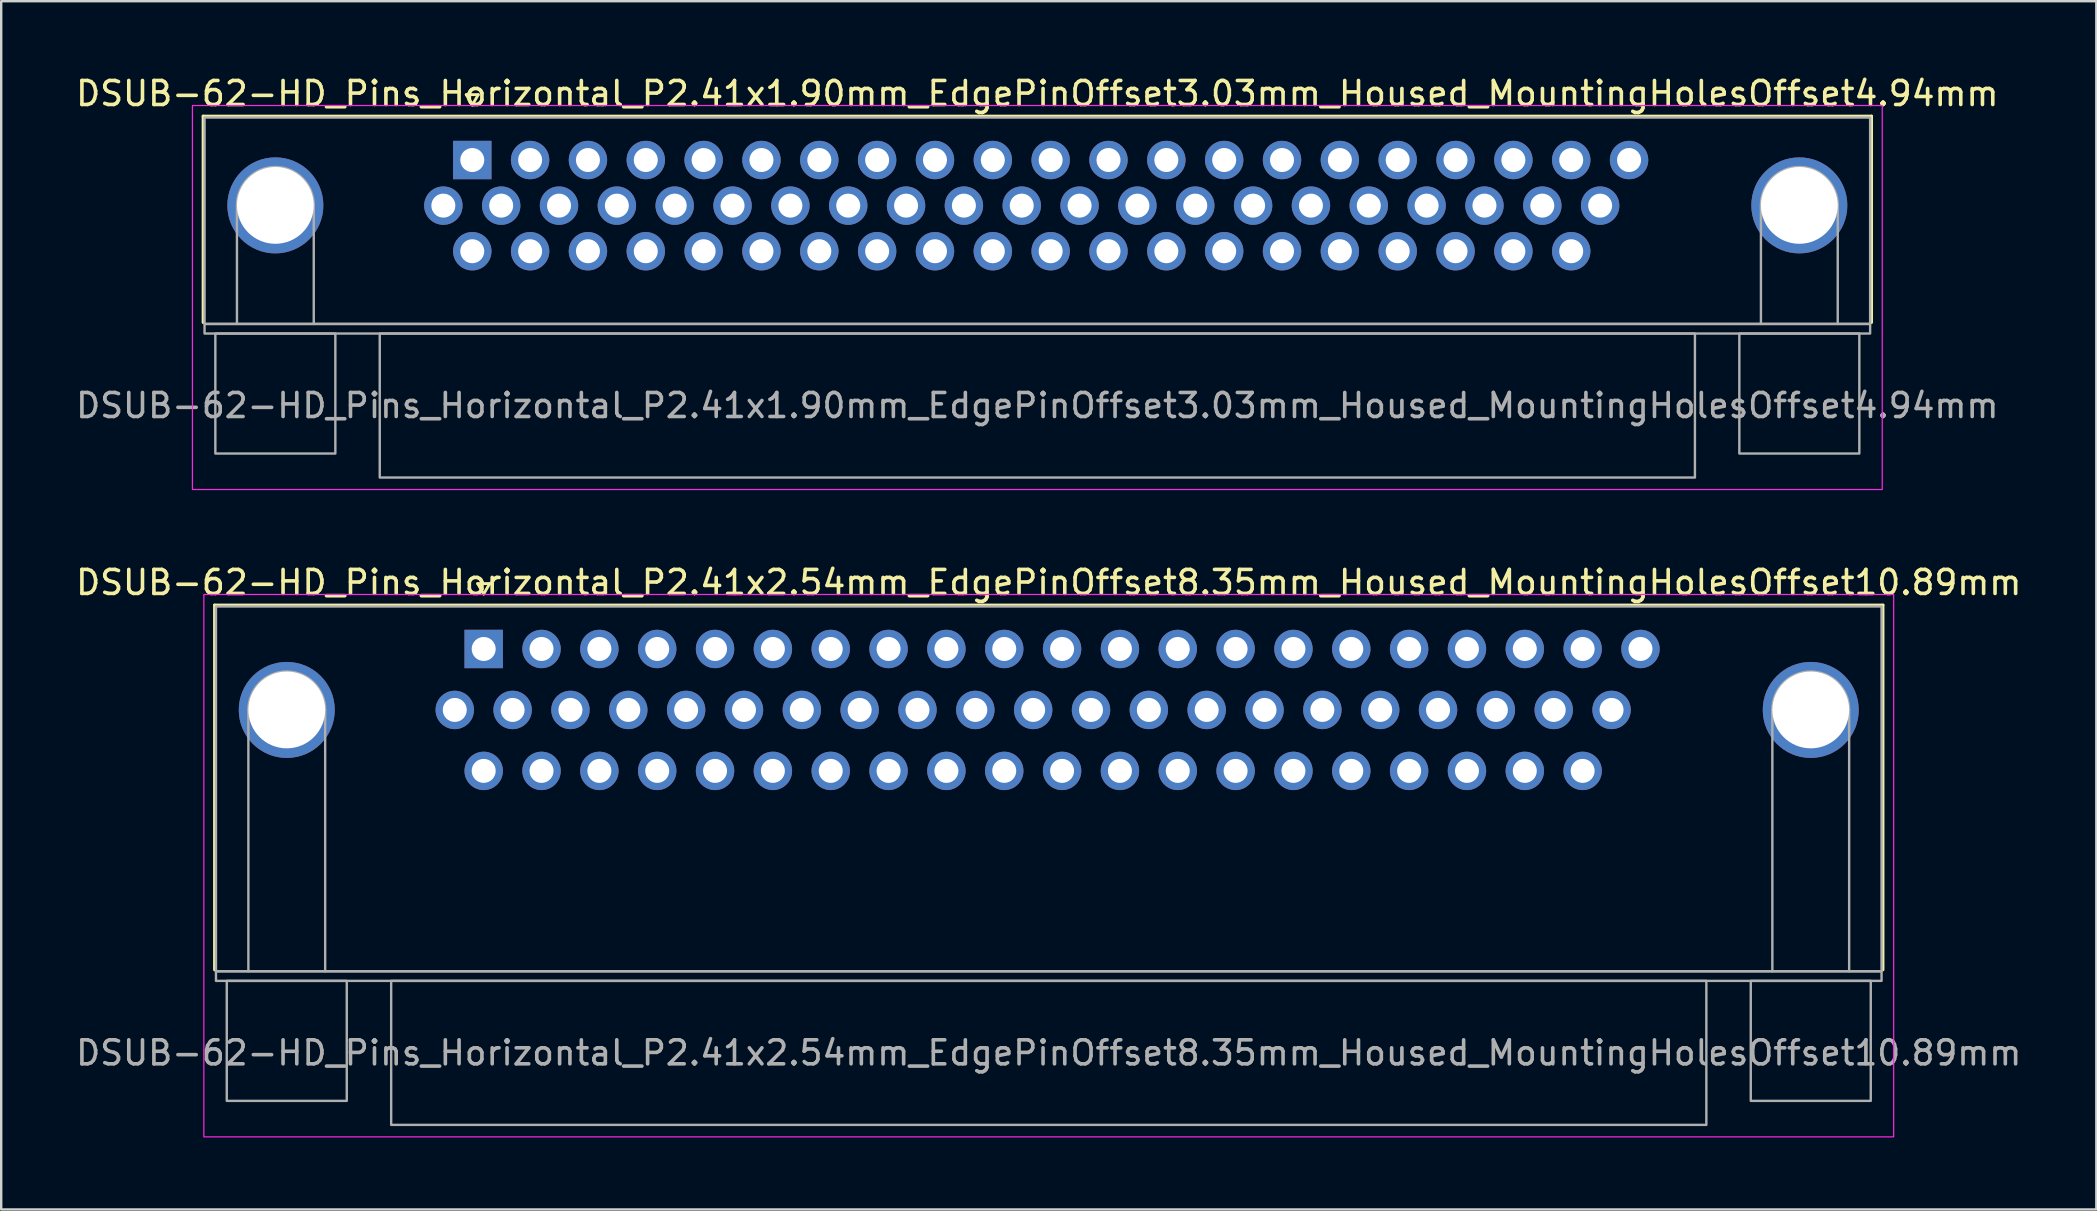
<source format=kicad_pcb>
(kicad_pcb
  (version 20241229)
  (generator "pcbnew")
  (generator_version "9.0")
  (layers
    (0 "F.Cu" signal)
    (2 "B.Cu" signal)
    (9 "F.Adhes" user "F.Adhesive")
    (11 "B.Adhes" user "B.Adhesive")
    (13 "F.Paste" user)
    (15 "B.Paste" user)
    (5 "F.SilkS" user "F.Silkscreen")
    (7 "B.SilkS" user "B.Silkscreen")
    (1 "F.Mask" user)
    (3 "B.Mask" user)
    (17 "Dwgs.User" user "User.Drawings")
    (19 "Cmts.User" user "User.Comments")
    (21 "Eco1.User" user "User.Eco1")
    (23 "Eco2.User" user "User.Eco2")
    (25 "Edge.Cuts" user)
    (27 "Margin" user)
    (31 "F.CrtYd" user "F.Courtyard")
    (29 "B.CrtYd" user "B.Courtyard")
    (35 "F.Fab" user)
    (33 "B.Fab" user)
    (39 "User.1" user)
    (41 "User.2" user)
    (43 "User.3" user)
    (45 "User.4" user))
  (footprint "DSUB-62-HD_Pins_Horizontal_P2.41x2.54mm_EdgePinOffset8.35mm_Housed_MountingHolesOffset10.89mm"
    (layer "F.Cu")
    (at 17.104 23.991)
    (property "Reference" "DSUB-62-HD_Pins_Horizontal_P2.41x2.54mm_EdgePinOffset8.35mm_Housed_MountingHolesOffset10.89mm" (at 23.545 -2.77 0) (layer "F.SilkS") (effects (font (size 1 1) (thickness 0.15))))
    (attr through_hole)
    (fp_line (start -11.215 -1.83) (end 58.305 -1.83) (stroke (width 0.12) (type solid)) (layer "F.SilkS"))
    (fp_line (start -11.215 13.37) (end -11.215 -1.83) (stroke (width 0.12) (type solid)) (layer "F.SilkS"))
    (fp_line (start -0.25 -2.724) (end 0.25 -2.724) (stroke (width 0.12) (type solid)) (layer "F.SilkS"))
    (fp_line (start 0 -2.291) (end -0.25 -2.724) (stroke (width 0.12) (type solid)) (layer "F.SilkS"))
    (fp_line (start 0.25 -2.724) (end 0 -2.291) (stroke (width 0.12) (type solid)) (layer "F.SilkS"))
    (fp_line (start 58.305 -1.83) (end 58.305 13.37) (stroke (width 0.12) (type solid)) (layer "F.SilkS"))
    (fp_rect (start -11.66 -2.27) (end 58.75 20.33) (stroke (width 0.05) (type solid)) (fill no) (layer "F.CrtYd"))
    (fp_line (start -9.805 13.43) (end -9.805 2.54) (stroke (width 0.1) (type solid)) (layer "F.Fab"))
    (fp_line (start -6.605 13.43) (end -6.605 2.54) (stroke (width 0.1) (type solid)) (layer "F.Fab"))
    (fp_line (start 53.695 13.43) (end 53.695 2.54) (stroke (width 0.1) (type solid)) (layer "F.Fab"))
    (fp_line (start 56.895 13.43) (end 56.895 2.54) (stroke (width 0.1) (type solid)) (layer "F.Fab"))
    (fp_rect (start -11.155 -1.77) (end 58.245 13.43) (stroke (width 0.1) (type solid)) (fill no) (layer "F.Fab"))
    (fp_rect (start -11.155 13.43) (end 58.245 13.83) (stroke (width 0.1) (type solid)) (fill no) (layer "F.Fab"))
    (fp_rect (start -10.705 13.83) (end -5.705 18.83) (stroke (width 0.1) (type solid)) (fill no) (layer "F.Fab"))
    (fp_rect (start -3.855 13.83) (end 50.945 19.83) (stroke (width 0.1) (type solid)) (fill no) (layer "F.Fab"))
    (fp_rect (start 52.795 13.83) (end 57.795 18.83) (stroke (width 0.1) (type solid)) (fill no) (layer "F.Fab"))
    (fp_arc (start -9.805 2.54) (mid -8.205 0.94) (end -6.605 2.54) (stroke (width 0.1) (type solid)) (layer "F.Fab"))
    (fp_arc (start 53.695 2.54) (mid 55.295 0.94) (end 56.895 2.54) (stroke (width 0.1) (type solid)) (layer "F.Fab"))
    (fp_text user "${REFERENCE}" (at 23.545 16.83 0) (layer "F.Fab") (effects (font (size 1 1) (thickness 0.15))))
    (pad "1" thru_hole rect (at 0 0) (size 1.6 1.6) (drill 1) (layers "*.Cu" "*.Mask"))
    (pad "2" thru_hole circle (at 2.41 0) (size 1.6 1.6) (drill 1) (layers "*.Cu" "*.Mask"))
    (pad "3" thru_hole circle (at 4.82 0) (size 1.6 1.6) (drill 1) (layers "*.Cu" "*.Mask"))
    (pad "4" thru_hole circle (at 7.23 0) (size 1.6 1.6) (drill 1) (layers "*.Cu" "*.Mask"))
    (pad "5" thru_hole circle (at 9.64 0) (size 1.6 1.6) (drill 1) (layers "*.Cu" "*.Mask"))
    (pad "6" thru_hole circle (at 12.05 0) (size 1.6 1.6) (drill 1) (layers "*.Cu" "*.Mask"))
    (pad "7" thru_hole circle (at 14.46 0) (size 1.6 1.6) (drill 1) (layers "*.Cu" "*.Mask"))
    (pad "8" thru_hole circle (at 16.87 0) (size 1.6 1.6) (drill 1) (layers "*.Cu" "*.Mask"))
    (pad "9" thru_hole circle (at 19.28 0) (size 1.6 1.6) (drill 1) (layers "*.Cu" "*.Mask"))
    (pad "10" thru_hole circle (at 21.69 0) (size 1.6 1.6) (drill 1) (layers "*.Cu" "*.Mask"))
    (pad "11" thru_hole circle (at 24.1 0) (size 1.6 1.6) (drill 1) (layers "*.Cu" "*.Mask"))
    (pad "12" thru_hole circle (at 26.51 0) (size 1.6 1.6) (drill 1) (layers "*.Cu" "*.Mask"))
    (pad "13" thru_hole circle (at 28.92 0) (size 1.6 1.6) (drill 1) (layers "*.Cu" "*.Mask"))
    (pad "14" thru_hole circle (at 31.33 0) (size 1.6 1.6) (drill 1) (layers "*.Cu" "*.Mask"))
    (pad "15" thru_hole circle (at 33.74 0) (size 1.6 1.6) (drill 1) (layers "*.Cu" "*.Mask"))
    (pad "16" thru_hole circle (at 36.15 0) (size 1.6 1.6) (drill 1) (layers "*.Cu" "*.Mask"))
    (pad "17" thru_hole circle (at 38.56 0) (size 1.6 1.6) (drill 1) (layers "*.Cu" "*.Mask"))
    (pad "18" thru_hole circle (at 40.97 0) (size 1.6 1.6) (drill 1) (layers "*.Cu" "*.Mask"))
    (pad "19" thru_hole circle (at 43.38 0) (size 1.6 1.6) (drill 1) (layers "*.Cu" "*.Mask"))
    (pad "20" thru_hole circle (at 45.79 0) (size 1.6 1.6) (drill 1) (layers "*.Cu" "*.Mask"))
    (pad "21" thru_hole circle (at 48.2 0) (size 1.6 1.6) (drill 1) (layers "*.Cu" "*.Mask"))
    (pad "22" thru_hole circle (at -1.205 2.54) (size 1.6 1.6) (drill 1) (layers "*.Cu" "*.Mask"))
    (pad "23" thru_hole circle (at 1.205 2.54) (size 1.6 1.6) (drill 1) (layers "*.Cu" "*.Mask"))
    (pad "24" thru_hole circle (at 3.615 2.54) (size 1.6 1.6) (drill 1) (layers "*.Cu" "*.Mask"))
    (pad "25" thru_hole circle (at 6.025 2.54) (size 1.6 1.6) (drill 1) (layers "*.Cu" "*.Mask"))
    (pad "26" thru_hole circle (at 8.435 2.54) (size 1.6 1.6) (drill 1) (layers "*.Cu" "*.Mask"))
    (pad "27" thru_hole circle (at 10.845 2.54) (size 1.6 1.6) (drill 1) (layers "*.Cu" "*.Mask"))
    (pad "28" thru_hole circle (at 13.255 2.54) (size 1.6 1.6) (drill 1) (layers "*.Cu" "*.Mask"))
    (pad "29" thru_hole circle (at 15.665 2.54) (size 1.6 1.6) (drill 1) (layers "*.Cu" "*.Mask"))
    (pad "30" thru_hole circle (at 18.075 2.54) (size 1.6 1.6) (drill 1) (layers "*.Cu" "*.Mask"))
    (pad "31" thru_hole circle (at 20.485 2.54) (size 1.6 1.6) (drill 1) (layers "*.Cu" "*.Mask"))
    (pad "32" thru_hole circle (at 22.895 2.54) (size 1.6 1.6) (drill 1) (layers "*.Cu" "*.Mask"))
    (pad "33" thru_hole circle (at 25.305 2.54) (size 1.6 1.6) (drill 1) (layers "*.Cu" "*.Mask"))
    (pad "34" thru_hole circle (at 27.715 2.54) (size 1.6 1.6) (drill 1) (layers "*.Cu" "*.Mask"))
    (pad "35" thru_hole circle (at 30.125 2.54) (size 1.6 1.6) (drill 1) (layers "*.Cu" "*.Mask"))
    (pad "36" thru_hole circle (at 32.535 2.54) (size 1.6 1.6) (drill 1) (layers "*.Cu" "*.Mask"))
    (pad "37" thru_hole circle (at 34.945 2.54) (size 1.6 1.6) (drill 1) (layers "*.Cu" "*.Mask"))
    (pad "38" thru_hole circle (at 37.355 2.54) (size 1.6 1.6) (drill 1) (layers "*.Cu" "*.Mask"))
    (pad "39" thru_hole circle (at 39.765 2.54) (size 1.6 1.6) (drill 1) (layers "*.Cu" "*.Mask"))
    (pad "40" thru_hole circle (at 42.175 2.54) (size 1.6 1.6) (drill 1) (layers "*.Cu" "*.Mask"))
    (pad "41" thru_hole circle (at 44.585 2.54) (size 1.6 1.6) (drill 1) (layers "*.Cu" "*.Mask"))
    (pad "42" thru_hole circle (at 46.995 2.54) (size 1.6 1.6) (drill 1) (layers "*.Cu" "*.Mask"))
    (pad "43" thru_hole circle (at 0 5.08) (size 1.6 1.6) (drill 1) (layers "*.Cu" "*.Mask"))
    (pad "44" thru_hole circle (at 2.41 5.08) (size 1.6 1.6) (drill 1) (layers "*.Cu" "*.Mask"))
    (pad "45" thru_hole circle (at 4.82 5.08) (size 1.6 1.6) (drill 1) (layers "*.Cu" "*.Mask"))
    (pad "46" thru_hole circle (at 7.23 5.08) (size 1.6 1.6) (drill 1) (layers "*.Cu" "*.Mask"))
    (pad "47" thru_hole circle (at 9.64 5.08) (size 1.6 1.6) (drill 1) (layers "*.Cu" "*.Mask"))
    (pad "48" thru_hole circle (at 12.05 5.08) (size 1.6 1.6) (drill 1) (layers "*.Cu" "*.Mask"))
    (pad "49" thru_hole circle (at 14.46 5.08) (size 1.6 1.6) (drill 1) (layers "*.Cu" "*.Mask"))
    (pad "50" thru_hole circle (at 16.87 5.08) (size 1.6 1.6) (drill 1) (layers "*.Cu" "*.Mask"))
    (pad "51" thru_hole circle (at 19.28 5.08) (size 1.6 1.6) (drill 1) (layers "*.Cu" "*.Mask"))
    (pad "52" thru_hole circle (at 21.69 5.08) (size 1.6 1.6) (drill 1) (layers "*.Cu" "*.Mask"))
    (pad "53" thru_hole circle (at 24.1 5.08) (size 1.6 1.6) (drill 1) (layers "*.Cu" "*.Mask"))
    (pad "54" thru_hole circle (at 26.51 5.08) (size 1.6 1.6) (drill 1) (layers "*.Cu" "*.Mask"))
    (pad "55" thru_hole circle (at 28.92 5.08) (size 1.6 1.6) (drill 1) (layers "*.Cu" "*.Mask"))
    (pad "56" thru_hole circle (at 31.33 5.08) (size 1.6 1.6) (drill 1) (layers "*.Cu" "*.Mask"))
    (pad "57" thru_hole circle (at 33.74 5.08) (size 1.6 1.6) (drill 1) (layers "*.Cu" "*.Mask"))
    (pad "58" thru_hole circle (at 36.15 5.08) (size 1.6 1.6) (drill 1) (layers "*.Cu" "*.Mask"))
    (pad "59" thru_hole circle (at 38.56 5.08) (size 1.6 1.6) (drill 1) (layers "*.Cu" "*.Mask"))
    (pad "60" thru_hole circle (at 40.97 5.08) (size 1.6 1.6) (drill 1) (layers "*.Cu" "*.Mask"))
    (pad "61" thru_hole circle (at 43.38 5.08) (size 1.6 1.6) (drill 1) (layers "*.Cu" "*.Mask"))
    (pad "62" thru_hole circle (at 45.79 5.08) (size 1.6 1.6) (drill 1) (layers "*.Cu" "*.Mask"))
    (pad "SH" thru_hole circle (at -8.205 2.54) (size 4 4) (drill 3.2) (layers "*.Cu" "*.Mask"))
    (pad "SH" thru_hole circle (at 55.295 2.54) (size 4 4) (drill 3.2) (layers "*.Cu" "*.Mask")))
  (footprint "DSUB-62-HD_Pins_Horizontal_P2.41x1.90mm_EdgePinOffset3.03mm_Housed_MountingHolesOffset4.94mm"
    (layer "F.Cu")
    (at 16.628 3.618)
    (property "Reference" "DSUB-62-HD_Pins_Horizontal_P2.41x1.90mm_EdgePinOffset3.03mm_Housed_MountingHolesOffset4.94mm" (at 23.545 -2.77 0) (layer "F.SilkS") (effects (font (size 1 1) (thickness 0.15))))
    (attr through_hole)
    (fp_line (start -11.215 -1.83) (end 58.305 -1.83) (stroke (width 0.12) (type solid)) (layer "F.SilkS"))
    (fp_line (start -11.215 6.77) (end -11.215 -1.83) (stroke (width 0.12) (type solid)) (layer "F.SilkS"))
    (fp_line (start -0.25 -2.724) (end 0.25 -2.724) (stroke (width 0.12) (type solid)) (layer "F.SilkS"))
    (fp_line (start 0 -2.291) (end -0.25 -2.724) (stroke (width 0.12) (type solid)) (layer "F.SilkS"))
    (fp_line (start 0.25 -2.724) (end 0 -2.291) (stroke (width 0.12) (type solid)) (layer "F.SilkS"))
    (fp_line (start 58.305 -1.83) (end 58.305 6.77) (stroke (width 0.12) (type solid)) (layer "F.SilkS"))
    (fp_rect (start -11.66 -2.27) (end 58.75 13.73) (stroke (width 0.05) (type solid)) (fill no) (layer "F.CrtYd"))
    (fp_line (start -9.805 6.83) (end -9.805 1.89) (stroke (width 0.1) (type solid)) (layer "F.Fab"))
    (fp_line (start -6.605 6.83) (end -6.605 1.89) (stroke (width 0.1) (type solid)) (layer "F.Fab"))
    (fp_line (start 53.695 6.83) (end 53.695 1.89) (stroke (width 0.1) (type solid)) (layer "F.Fab"))
    (fp_line (start 56.895 6.83) (end 56.895 1.89) (stroke (width 0.1) (type solid)) (layer "F.Fab"))
    (fp_rect (start -11.155 -1.77) (end 58.245 6.83) (stroke (width 0.1) (type solid)) (fill no) (layer "F.Fab"))
    (fp_rect (start -11.155 6.83) (end 58.245 7.23) (stroke (width 0.1) (type solid)) (fill no) (layer "F.Fab"))
    (fp_rect (start -10.705 7.23) (end -5.705 12.23) (stroke (width 0.1) (type solid)) (fill no) (layer "F.Fab"))
    (fp_rect (start -3.855 7.23) (end 50.945 13.23) (stroke (width 0.1) (type solid)) (fill no) (layer "F.Fab"))
    (fp_rect (start 52.795 7.23) (end 57.795 12.23) (stroke (width 0.1) (type solid)) (fill no) (layer "F.Fab"))
    (fp_arc (start -9.805 1.89) (mid -8.205 0.29) (end -6.605 1.89) (stroke (width 0.1) (type solid)) (layer "F.Fab"))
    (fp_arc (start 53.695 1.89) (mid 55.295 0.29) (end 56.895 1.89) (stroke (width 0.1) (type solid)) (layer "F.Fab"))
    (fp_text user "${REFERENCE}" (at 23.545 10.23 0) (layer "F.Fab") (effects (font (size 1 1) (thickness 0.15))))
    (pad "1" thru_hole rect (at 0 0) (size 1.6 1.6) (drill 1) (layers "*.Cu" "*.Mask"))
    (pad "2" thru_hole circle (at 2.41 0) (size 1.6 1.6) (drill 1) (layers "*.Cu" "*.Mask"))
    (pad "3" thru_hole circle (at 4.82 0) (size 1.6 1.6) (drill 1) (layers "*.Cu" "*.Mask"))
    (pad "4" thru_hole circle (at 7.23 0) (size 1.6 1.6) (drill 1) (layers "*.Cu" "*.Mask"))
    (pad "5" thru_hole circle (at 9.64 0) (size 1.6 1.6) (drill 1) (layers "*.Cu" "*.Mask"))
    (pad "6" thru_hole circle (at 12.05 0) (size 1.6 1.6) (drill 1) (layers "*.Cu" "*.Mask"))
    (pad "7" thru_hole circle (at 14.46 0) (size 1.6 1.6) (drill 1) (layers "*.Cu" "*.Mask"))
    (pad "8" thru_hole circle (at 16.87 0) (size 1.6 1.6) (drill 1) (layers "*.Cu" "*.Mask"))
    (pad "9" thru_hole circle (at 19.28 0) (size 1.6 1.6) (drill 1) (layers "*.Cu" "*.Mask"))
    (pad "10" thru_hole circle (at 21.69 0) (size 1.6 1.6) (drill 1) (layers "*.Cu" "*.Mask"))
    (pad "11" thru_hole circle (at 24.1 0) (size 1.6 1.6) (drill 1) (layers "*.Cu" "*.Mask"))
    (pad "12" thru_hole circle (at 26.51 0) (size 1.6 1.6) (drill 1) (layers "*.Cu" "*.Mask"))
    (pad "13" thru_hole circle (at 28.92 0) (size 1.6 1.6) (drill 1) (layers "*.Cu" "*.Mask"))
    (pad "14" thru_hole circle (at 31.33 0) (size 1.6 1.6) (drill 1) (layers "*.Cu" "*.Mask"))
    (pad "15" thru_hole circle (at 33.74 0) (size 1.6 1.6) (drill 1) (layers "*.Cu" "*.Mask"))
    (pad "16" thru_hole circle (at 36.15 0) (size 1.6 1.6) (drill 1) (layers "*.Cu" "*.Mask"))
    (pad "17" thru_hole circle (at 38.56 0) (size 1.6 1.6) (drill 1) (layers "*.Cu" "*.Mask"))
    (pad "18" thru_hole circle (at 40.97 0) (size 1.6 1.6) (drill 1) (layers "*.Cu" "*.Mask"))
    (pad "19" thru_hole circle (at 43.38 0) (size 1.6 1.6) (drill 1) (layers "*.Cu" "*.Mask"))
    (pad "20" thru_hole circle (at 45.79 0) (size 1.6 1.6) (drill 1) (layers "*.Cu" "*.Mask"))
    (pad "21" thru_hole circle (at 48.2 0) (size 1.6 1.6) (drill 1) (layers "*.Cu" "*.Mask"))
    (pad "22" thru_hole circle (at -1.205 1.9) (size 1.6 1.6) (drill 1) (layers "*.Cu" "*.Mask"))
    (pad "23" thru_hole circle (at 1.205 1.9) (size 1.6 1.6) (drill 1) (layers "*.Cu" "*.Mask"))
    (pad "24" thru_hole circle (at 3.615 1.9) (size 1.6 1.6) (drill 1) (layers "*.Cu" "*.Mask"))
    (pad "25" thru_hole circle (at 6.025 1.9) (size 1.6 1.6) (drill 1) (layers "*.Cu" "*.Mask"))
    (pad "26" thru_hole circle (at 8.435 1.9) (size 1.6 1.6) (drill 1) (layers "*.Cu" "*.Mask"))
    (pad "27" thru_hole circle (at 10.845 1.9) (size 1.6 1.6) (drill 1) (layers "*.Cu" "*.Mask"))
    (pad "28" thru_hole circle (at 13.255 1.9) (size 1.6 1.6) (drill 1) (layers "*.Cu" "*.Mask"))
    (pad "29" thru_hole circle (at 15.665 1.9) (size 1.6 1.6) (drill 1) (layers "*.Cu" "*.Mask"))
    (pad "30" thru_hole circle (at 18.075 1.9) (size 1.6 1.6) (drill 1) (layers "*.Cu" "*.Mask"))
    (pad "31" thru_hole circle (at 20.485 1.9) (size 1.6 1.6) (drill 1) (layers "*.Cu" "*.Mask"))
    (pad "32" thru_hole circle (at 22.895 1.9) (size 1.6 1.6) (drill 1) (layers "*.Cu" "*.Mask"))
    (pad "33" thru_hole circle (at 25.305 1.9) (size 1.6 1.6) (drill 1) (layers "*.Cu" "*.Mask"))
    (pad "34" thru_hole circle (at 27.715 1.9) (size 1.6 1.6) (drill 1) (layers "*.Cu" "*.Mask"))
    (pad "35" thru_hole circle (at 30.125 1.9) (size 1.6 1.6) (drill 1) (layers "*.Cu" "*.Mask"))
    (pad "36" thru_hole circle (at 32.535 1.9) (size 1.6 1.6) (drill 1) (layers "*.Cu" "*.Mask"))
    (pad "37" thru_hole circle (at 34.945 1.9) (size 1.6 1.6) (drill 1) (layers "*.Cu" "*.Mask"))
    (pad "38" thru_hole circle (at 37.355 1.9) (size 1.6 1.6) (drill 1) (layers "*.Cu" "*.Mask"))
    (pad "39" thru_hole circle (at 39.765 1.9) (size 1.6 1.6) (drill 1) (layers "*.Cu" "*.Mask"))
    (pad "40" thru_hole circle (at 42.175 1.9) (size 1.6 1.6) (drill 1) (layers "*.Cu" "*.Mask"))
    (pad "41" thru_hole circle (at 44.585 1.9) (size 1.6 1.6) (drill 1) (layers "*.Cu" "*.Mask"))
    (pad "42" thru_hole circle (at 46.995 1.9) (size 1.6 1.6) (drill 1) (layers "*.Cu" "*.Mask"))
    (pad "43" thru_hole circle (at 0 3.8) (size 1.6 1.6) (drill 1) (layers "*.Cu" "*.Mask"))
    (pad "44" thru_hole circle (at 2.41 3.8) (size 1.6 1.6) (drill 1) (layers "*.Cu" "*.Mask"))
    (pad "45" thru_hole circle (at 4.82 3.8) (size 1.6 1.6) (drill 1) (layers "*.Cu" "*.Mask"))
    (pad "46" thru_hole circle (at 7.23 3.8) (size 1.6 1.6) (drill 1) (layers "*.Cu" "*.Mask"))
    (pad "47" thru_hole circle (at 9.64 3.8) (size 1.6 1.6) (drill 1) (layers "*.Cu" "*.Mask"))
    (pad "48" thru_hole circle (at 12.05 3.8) (size 1.6 1.6) (drill 1) (layers "*.Cu" "*.Mask"))
    (pad "49" thru_hole circle (at 14.46 3.8) (size 1.6 1.6) (drill 1) (layers "*.Cu" "*.Mask"))
    (pad "50" thru_hole circle (at 16.87 3.8) (size 1.6 1.6) (drill 1) (layers "*.Cu" "*.Mask"))
    (pad "51" thru_hole circle (at 19.28 3.8) (size 1.6 1.6) (drill 1) (layers "*.Cu" "*.Mask"))
    (pad "52" thru_hole circle (at 21.69 3.8) (size 1.6 1.6) (drill 1) (layers "*.Cu" "*.Mask"))
    (pad "53" thru_hole circle (at 24.1 3.8) (size 1.6 1.6) (drill 1) (layers "*.Cu" "*.Mask"))
    (pad "54" thru_hole circle (at 26.51 3.8) (size 1.6 1.6) (drill 1) (layers "*.Cu" "*.Mask"))
    (pad "55" thru_hole circle (at 28.92 3.8) (size 1.6 1.6) (drill 1) (layers "*.Cu" "*.Mask"))
    (pad "56" thru_hole circle (at 31.33 3.8) (size 1.6 1.6) (drill 1) (layers "*.Cu" "*.Mask"))
    (pad "57" thru_hole circle (at 33.74 3.8) (size 1.6 1.6) (drill 1) (layers "*.Cu" "*.Mask"))
    (pad "58" thru_hole circle (at 36.15 3.8) (size 1.6 1.6) (drill 1) (layers "*.Cu" "*.Mask"))
    (pad "59" thru_hole circle (at 38.56 3.8) (size 1.6 1.6) (drill 1) (layers "*.Cu" "*.Mask"))
    (pad "60" thru_hole circle (at 40.97 3.8) (size 1.6 1.6) (drill 1) (layers "*.Cu" "*.Mask"))
    (pad "61" thru_hole circle (at 43.38 3.8) (size 1.6 1.6) (drill 1) (layers "*.Cu" "*.Mask"))
    (pad "62" thru_hole circle (at 45.79 3.8) (size 1.6 1.6) (drill 1) (layers "*.Cu" "*.Mask"))
    (pad "SH" thru_hole circle (at -8.205 1.89) (size 4 4) (drill 3.2) (layers "*.Cu" "*.Mask"))
    (pad "SH" thru_hole circle (at 55.295 1.89) (size 4 4) (drill 3.2) (layers "*.Cu" "*.Mask")))
  (gr_rect
    (start -3 -3)
    (end 84.298 47.346)
    (stroke (width 0.1) (type default))
    (fill no)
    (layer "Edge.Cuts")))
</source>
